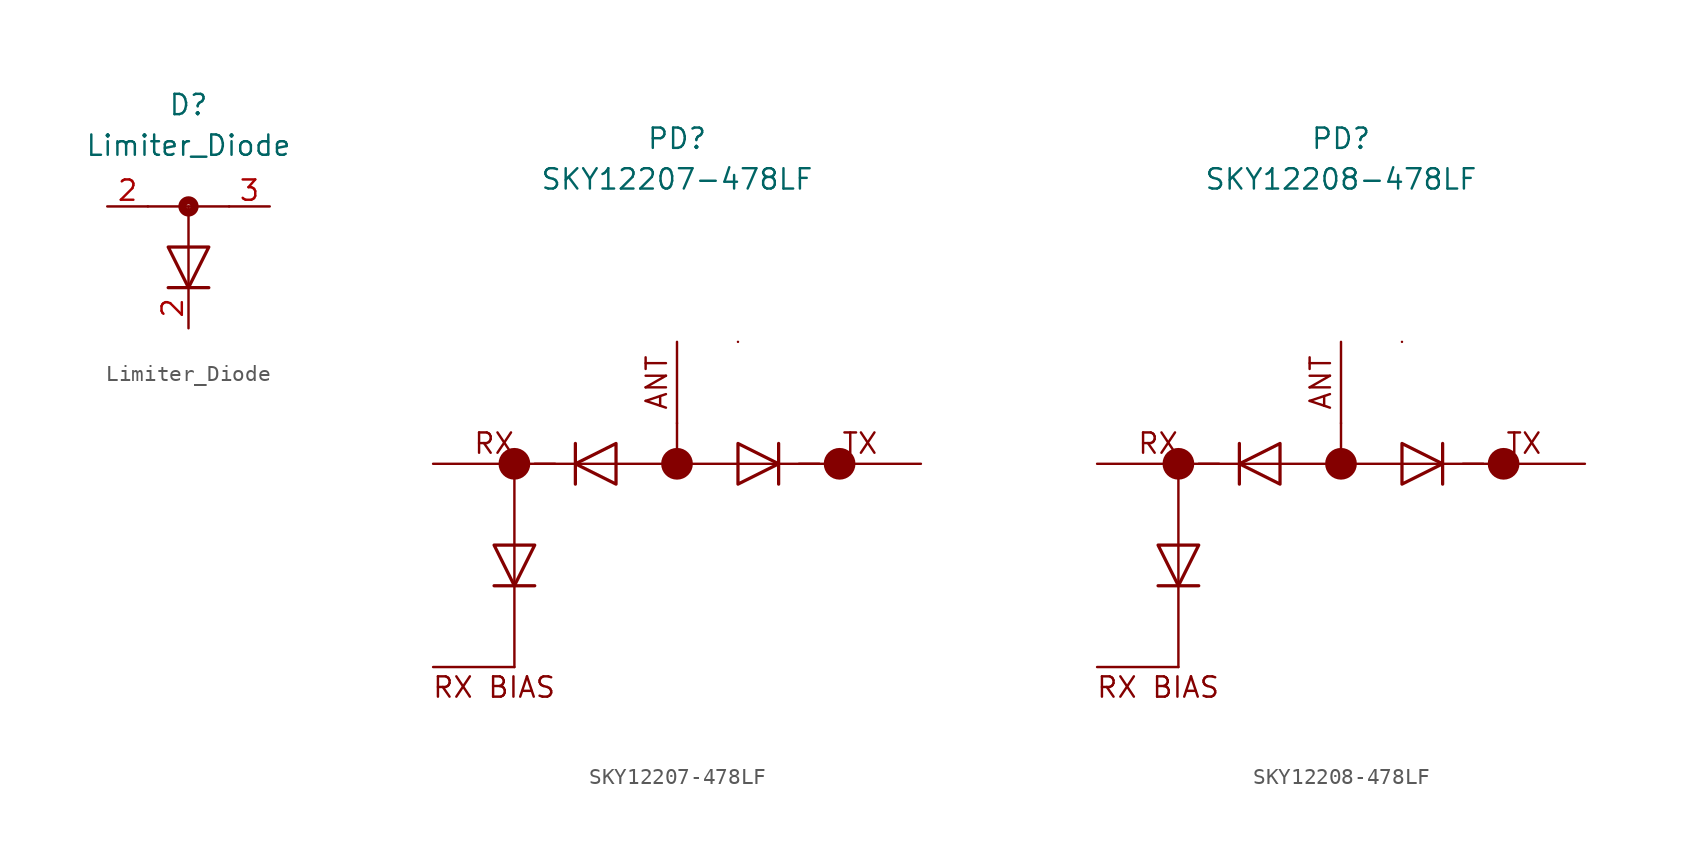
<source format=kicad_sym>
(kicad_symbol_lib
  (version 20211014)
  (generator kicad_symbol_editor)
  (symbol "Limiter_Diode"
    (pin_names
      (offset 1.016) hide)
    (property "Reference" "D"
      (at 0 6.35 0)
      (effects (font (size 1.27 1.27))))
    (property "Value" "Limiter_Diode"
      (at 0 3.81 0)
      (effects (font (size 1.27 1.27))))
    (symbol "Limiter_Diode_0_1"
      (polyline (pts (xy -2.54 0) (xy 2.54 0)) (stroke (width 0) (type default) (color 0 0 0 0)) (fill (type none)))
      (polyline (pts (xy 0 -2.54) (xy 0 0)) (stroke (width 0) (type default) (color 0 0 0 0)) (fill (type none)))
      (circle (center 0 0) (radius 0.127) (stroke (width 0.508) (type default) (color 0 0 0 0)) (fill (type none))))
    (symbol "Limiter_Diode_1_1"
      (polyline (pts (xy -1.27 -5.08) (xy 1.27 -5.08)) (stroke (width 0.203) (type default) (color 0 0 0 0)) (fill (type none)))
      (polyline (pts (xy 0 -2.54) (xy 0 -5.08)) (stroke (width 0) (type default) (color 0 0 0 0)) (fill (type none)))
      (polyline (pts (xy -1.27 -2.54) (xy 1.27 -2.54) (xy 0 -5.08) (xy -1.27 -2.54)) (stroke (width 0.203) (type default) (color 0 0 0 0)) (fill (type none)))
      (pin passive line (at -5.08 0 0) (length 2.54) (name "A" (effects (font (size 1.27 1.27)))) (number "2" (effects (font (size 1.27 1.27)))))
      (pin passive line (at 0 -7.62 90) (length 2.54) (name "K" (effects (font (size 1.27 1.27)))) (number "2" (effects (font (size 1.27 1.27)))))
      (pin passive line (at 5.08 0 180) (length 2.54) (name "A" (effects (font (size 1.27 1.27)))) (number "3" (effects (font (size 1.27 1.27)))))))
  (symbol "SKY12207-478LF"
    (pin_numbers hide)
    (pin_names
      (offset 1.016) hide)
    (property "Reference" "PD"
      (at 0 20.32 0)
      (effects (font (size 1.27 1.27))))
    (property "Value" "SKY12207-478LF"
      (at 0 17.78 0)
      (effects (font (size 1.27 1.27))))
    (symbol "SKY12207-478LF_0_0"
      (polyline (pts (xy -10.16 -7.62) (xy -10.16 -12.7)) (stroke (width 0.152) (type default) (color 0 0 0 0)) (fill (type none)))
      (polyline (pts (xy -10.16 -5.08) (xy -10.16 0)) (stroke (width 0.152) (type default) (color 0 0 0 0)) (fill (type none)))
      (text "ANT" (at -1.27 5.08 900) (effects (font (size 1.27 1.27))))
      (text "RX" (at -11.43 1.27 0) (effects (font (size 1.27 1.27))))
      (text "RX BIAS" (at -11.43 -13.97 0) (effects (font (size 1.27 1.27))))
      (text "TX" (at 11.43 1.27 0) (effects (font (size 1.27 1.27)))))
    (symbol "SKY12207-478LF_0_1"
      (circle (center 0 0) (radius 0.0001) (stroke (width 0.991) (type default) (color 0 0 0 0)) (fill (type none)))
      (polyline (pts (xy -7.62 0) (xy -10.16 0)) (stroke (width 0) (type default) (color 0 0 0 0)) (fill (type none)))
      (polyline (pts (xy -6.35 0) (xy -8.89 0)) (stroke (width 0) (type default) (color 0 0 0 0)) (fill (type none)))
      (polyline (pts (xy -3.81 0) (xy 3.81 0)) (stroke (width 0) (type default) (color 0 0 0 0)) (fill (type none)))
      (polyline (pts (xy 0 0) (xy 0 2.54)) (stroke (width 0) (type default) (color 0 0 0 0)) (fill (type none)))
      (polyline (pts (xy 3.81 7.62) (xy 3.81 7.62)) (stroke (width 0) (type default) (color 0 0 0 0)) (fill (type none)))
      (polyline (pts (xy 6.35 0) (xy 8.89 0)) (stroke (width 0) (type default) (color 0 0 0 0)) (fill (type none)))
      (circle (center 10.16 0) (radius 0.0001) (stroke (width 0.991) (type default) (color 0 0 0 0)) (fill (type none))))
    (symbol "SKY12207-478LF_1_1"
      (circle (center -10.16 0) (radius 0.0001) (stroke (width 0.991) (type default) (color 0 0 0 0)) (fill (type none)))
      (polyline (pts (xy -11.43 -7.62) (xy -8.89 -7.62)) (stroke (width 0.203) (type default) (color 0 0 0 0)) (fill (type none)))
      (polyline (pts (xy -10.16 -5.08) (xy -10.16 -7.62)) (stroke (width 0) (type default) (color 0 0 0 0)) (fill (type none)))
      (polyline (pts (xy -6.35 1.27) (xy -6.35 -1.27)) (stroke (width 0.203) (type default) (color 0 0 0 0)) (fill (type none)))
      (polyline (pts (xy -3.81 0) (xy -6.35 0)) (stroke (width 0) (type default) (color 0 0 0 0)) (fill (type none)))
      (polyline (pts (xy 3.81 0) (xy 6.35 0)) (stroke (width 0) (type default) (color 0 0 0 0)) (fill (type none)))
      (polyline (pts (xy 6.35 -1.27) (xy 6.35 1.27)) (stroke (width 0.203) (type default) (color 0 0 0 0)) (fill (type none)))
      (polyline (pts (xy 7.62 0) (xy 10.16 0)) (stroke (width 0) (type default) (color 0 0 0 0)) (fill (type none)))
      (polyline (pts (xy -11.43 -5.08) (xy -8.89 -5.08) (xy -10.16 -7.62) (xy -11.43 -5.08)) (stroke (width 0.203) (type default) (color 0 0 0 0)) (fill (type none)))
      (polyline (pts (xy -3.81 1.27) (xy -3.81 -1.27) (xy -6.35 0) (xy -3.81 1.27)) (stroke (width 0.203) (type default) (color 0 0 0 0)) (fill (type none)))
      (polyline (pts (xy 3.81 -1.27) (xy 3.81 1.27) (xy 6.35 0) (xy 3.81 -1.27)) (stroke (width 0.203) (type default) (color 0 0 0 0)) (fill (type none)))
      (pin power_in line (at 0 -12.7 90) (length 5.08) hide (name "GND" (effects (font (size 1.27 1.27)))) (number "1" (effects (font (size 1.27 1.27)))))
      (pin no_connect line (at 0 -12.7 90) (length 5.08) hide (name "NC" (effects (font (size 1.27 1.27)))) (number "10" (effects (font (size 1.27 1.27)))))
      (pin no_connect line (at 0 -12.7 90) (length 5.08) hide (name "~" (effects (font (size 1.27 1.27)))) (number "11" (effects (font (size 1.27 1.27)))))
      (pin no_connect line (at 0 -12.7 90) (length 5.08) hide (name "NC" (effects (font (size 1.27 1.27)))) (number "12" (effects (font (size 1.27 1.27)))))
      (pin power_in line (at 0 -12.7 90) (length 5.08) hide (name "GND" (effects (font (size 1.27 1.27)))) (number "13" (effects (font (size 1.27 1.27)))))
      (pin passive line (at 15.24 0 180) (length 5.08) (name "TX" (effects (font (size 1.27 1.27)))) (number "14" (effects (font (size 1.27 1.27)))))
      (pin power_in line (at 0 -12.7 90) (length 5.08) hide (name "GND" (effects (font (size 1.27 1.27)))) (number "15" (effects (font (size 1.27 1.27)))))
      (pin no_connect line (at 0 -12.7 90) (length 5.08) hide (name "NC" (effects (font (size 1.27 1.27)))) (number "16" (effects (font (size 1.27 1.27)))))
      (pin power_in line (at 0 -12.7 90) (length 5.08) hide (name "GND" (effects (font (size 1.27 1.27)))) (number "17" (effects (font (size 1.27 1.27)))))
      (pin passive line (at 0 7.62 270) (length 5.08) (name "ANT" (effects (font (size 1.27 1.27)))) (number "2" (effects (font (size 1.27 1.27)))))
      (pin power_in line (at 0 -12.7 90) (length 5.08) hide (name "GND" (effects (font (size 1.27 1.27)))) (number "3" (effects (font (size 1.27 1.27)))))
      (pin no_connect line (at 0 -12.7 90) (length 5.08) hide (name "NC" (effects (font (size 1.27 1.27)))) (number "4" (effects (font (size 1.27 1.27)))))
      (pin no_connect line (at 0 -12.7 90) (length 5.08) hide (name "NC" (effects (font (size 1.27 1.27)))) (number "5" (effects (font (size 1.27 1.27)))))
      (pin power_in line (at 0 -12.7 90) (length 5.08) hide (name "GND" (effects (font (size 1.27 1.27)))) (number "6" (effects (font (size 1.27 1.27)))))
      (pin passive line (at -15.24 0 0) (length 5.08) (name "RX" (effects (font (size 1.27 1.27)))) (number "7" (effects (font (size 1.27 1.27)))))
      (pin power_in line (at 0 -12.7 90) (length 5.08) hide (name "GND" (effects (font (size 1.27 1.27)))) (number "8" (effects (font (size 1.27 1.27)))))
      (pin passive line (at -15.24 -12.7 0) (length 5.08) (name "RX_BIAS" (effects (font (size 1.27 1.27)))) (number "9" (effects (font (size 1.27 1.27)))))))
  (symbol "SKY12208-478LF"
    (pin_numbers hide)
    (pin_names
      (offset 1.016) hide)
    (property "Reference" "PD"
      (at 0 20.32 0)
      (effects (font (size 1.27 1.27))))
    (property "Value" "SKY12208-478LF"
      (at 0 17.78 0)
      (effects (font (size 1.27 1.27))))
    (symbol "SKY12208-478LF_0_0"
      (polyline (pts (xy -10.16 -7.62) (xy -10.16 -12.7)) (stroke (width 0.152) (type default) (color 0 0 0 0)) (fill (type none)))
      (polyline (pts (xy -10.16 -5.08) (xy -10.16 0)) (stroke (width 0.152) (type default) (color 0 0 0 0)) (fill (type none)))
      (text "ANT" (at -1.27 5.08 900) (effects (font (size 1.27 1.27))))
      (text "RX" (at -11.43 1.27 0) (effects (font (size 1.27 1.27))))
      (text "RX BIAS" (at -11.43 -13.97 0) (effects (font (size 1.27 1.27))))
      (text "TX" (at 11.43 1.27 0) (effects (font (size 1.27 1.27)))))
    (symbol "SKY12208-478LF_0_1"
      (circle (center 0 0) (radius 0.0001) (stroke (width 0.991) (type default) (color 0 0 0 0)) (fill (type none)))
      (polyline (pts (xy -7.62 0) (xy -10.16 0)) (stroke (width 0) (type default) (color 0 0 0 0)) (fill (type none)))
      (polyline (pts (xy -6.35 0) (xy -8.89 0)) (stroke (width 0) (type default) (color 0 0 0 0)) (fill (type none)))
      (polyline (pts (xy -3.81 0) (xy 3.81 0)) (stroke (width 0) (type default) (color 0 0 0 0)) (fill (type none)))
      (polyline (pts (xy 0 0) (xy 0 2.54)) (stroke (width 0) (type default) (color 0 0 0 0)) (fill (type none)))
      (polyline (pts (xy 3.81 7.62) (xy 3.81 7.62)) (stroke (width 0) (type default) (color 0 0 0 0)) (fill (type none)))
      (polyline (pts (xy 6.35 0) (xy 8.89 0)) (stroke (width 0) (type default) (color 0 0 0 0)) (fill (type none)))
      (circle (center 10.16 0) (radius 0.0001) (stroke (width 0.991) (type default) (color 0 0 0 0)) (fill (type none))))
    (symbol "SKY12208-478LF_1_1"
      (circle (center -10.16 0) (radius 0.0001) (stroke (width 0.991) (type default) (color 0 0 0 0)) (fill (type none)))
      (polyline (pts (xy -11.43 -7.62) (xy -8.89 -7.62)) (stroke (width 0.203) (type default) (color 0 0 0 0)) (fill (type none)))
      (polyline (pts (xy -10.16 -5.08) (xy -10.16 -7.62)) (stroke (width 0) (type default) (color 0 0 0 0)) (fill (type none)))
      (polyline (pts (xy -6.35 1.27) (xy -6.35 -1.27)) (stroke (width 0.203) (type default) (color 0 0 0 0)) (fill (type none)))
      (polyline (pts (xy -3.81 0) (xy -6.35 0)) (stroke (width 0) (type default) (color 0 0 0 0)) (fill (type none)))
      (polyline (pts (xy 3.81 0) (xy 6.35 0)) (stroke (width 0) (type default) (color 0 0 0 0)) (fill (type none)))
      (polyline (pts (xy 6.35 -1.27) (xy 6.35 1.27)) (stroke (width 0.203) (type default) (color 0 0 0 0)) (fill (type none)))
      (polyline (pts (xy 7.62 0) (xy 10.16 0)) (stroke (width 0) (type default) (color 0 0 0 0)) (fill (type none)))
      (polyline (pts (xy -11.43 -5.08) (xy -8.89 -5.08) (xy -10.16 -7.62) (xy -11.43 -5.08)) (stroke (width 0.203) (type default) (color 0 0 0 0)) (fill (type none)))
      (polyline (pts (xy -3.81 1.27) (xy -3.81 -1.27) (xy -6.35 0) (xy -3.81 1.27)) (stroke (width 0.203) (type default) (color 0 0 0 0)) (fill (type none)))
      (polyline (pts (xy 3.81 -1.27) (xy 3.81 1.27) (xy 6.35 0) (xy 3.81 -1.27)) (stroke (width 0.203) (type default) (color 0 0 0 0)) (fill (type none)))
      (pin power_in line (at 0 -12.7 90) (length 5.08) hide (name "GND" (effects (font (size 1.27 1.27)))) (number "1" (effects (font (size 1.27 1.27)))))
      (pin no_connect line (at 0 -12.7 90) (length 5.08) hide (name "NC" (effects (font (size 1.27 1.27)))) (number "10" (effects (font (size 1.27 1.27)))))
      (pin no_connect line (at 0 -12.7 90) (length 5.08) hide (name "~" (effects (font (size 1.27 1.27)))) (number "11" (effects (font (size 1.27 1.27)))))
      (pin no_connect line (at 0 -12.7 90) (length 5.08) hide (name "NC" (effects (font (size 1.27 1.27)))) (number "12" (effects (font (size 1.27 1.27)))))
      (pin power_in line (at 0 -12.7 90) (length 5.08) hide (name "GND" (effects (font (size 1.27 1.27)))) (number "13" (effects (font (size 1.27 1.27)))))
      (pin passive line (at 15.24 0 180) (length 5.08) (name "TX" (effects (font (size 1.27 1.27)))) (number "14" (effects (font (size 1.27 1.27)))))
      (pin power_in line (at 0 -12.7 90) (length 5.08) hide (name "GND" (effects (font (size 1.27 1.27)))) (number "15" (effects (font (size 1.27 1.27)))))
      (pin no_connect line (at 0 -12.7 90) (length 5.08) hide (name "NC" (effects (font (size 1.27 1.27)))) (number "16" (effects (font (size 1.27 1.27)))))
      (pin power_in line (at 0 -12.7 90) (length 5.08) hide (name "GND" (effects (font (size 1.27 1.27)))) (number "17" (effects (font (size 1.27 1.27)))))
      (pin passive line (at 0 7.62 270) (length 5.08) (name "ANT" (effects (font (size 1.27 1.27)))) (number "2" (effects (font (size 1.27 1.27)))))
      (pin power_in line (at 0 -12.7 90) (length 5.08) hide (name "GND" (effects (font (size 1.27 1.27)))) (number "3" (effects (font (size 1.27 1.27)))))
      (pin no_connect line (at 0 -12.7 90) (length 5.08) hide (name "NC" (effects (font (size 1.27 1.27)))) (number "4" (effects (font (size 1.27 1.27)))))
      (pin no_connect line (at 0 -12.7 90) (length 5.08) hide (name "NC" (effects (font (size 1.27 1.27)))) (number "5" (effects (font (size 1.27 1.27)))))
      (pin power_in line (at 0 -12.7 90) (length 5.08) hide (name "GND" (effects (font (size 1.27 1.27)))) (number "6" (effects (font (size 1.27 1.27)))))
      (pin passive line (at -15.24 0 0) (length 5.08) (name "RX" (effects (font (size 1.27 1.27)))) (number "7" (effects (font (size 1.27 1.27)))))
      (pin power_in line (at 0 -12.7 90) (length 5.08) hide (name "GND" (effects (font (size 1.27 1.27)))) (number "8" (effects (font (size 1.27 1.27)))))
      (pin passive line (at -15.24 -12.7 0) (length 5.08) (name "RX_BIAS" (effects (font (size 1.27 1.27)))) (number "9" (effects (font (size 1.27 1.27))))))))
</source>
